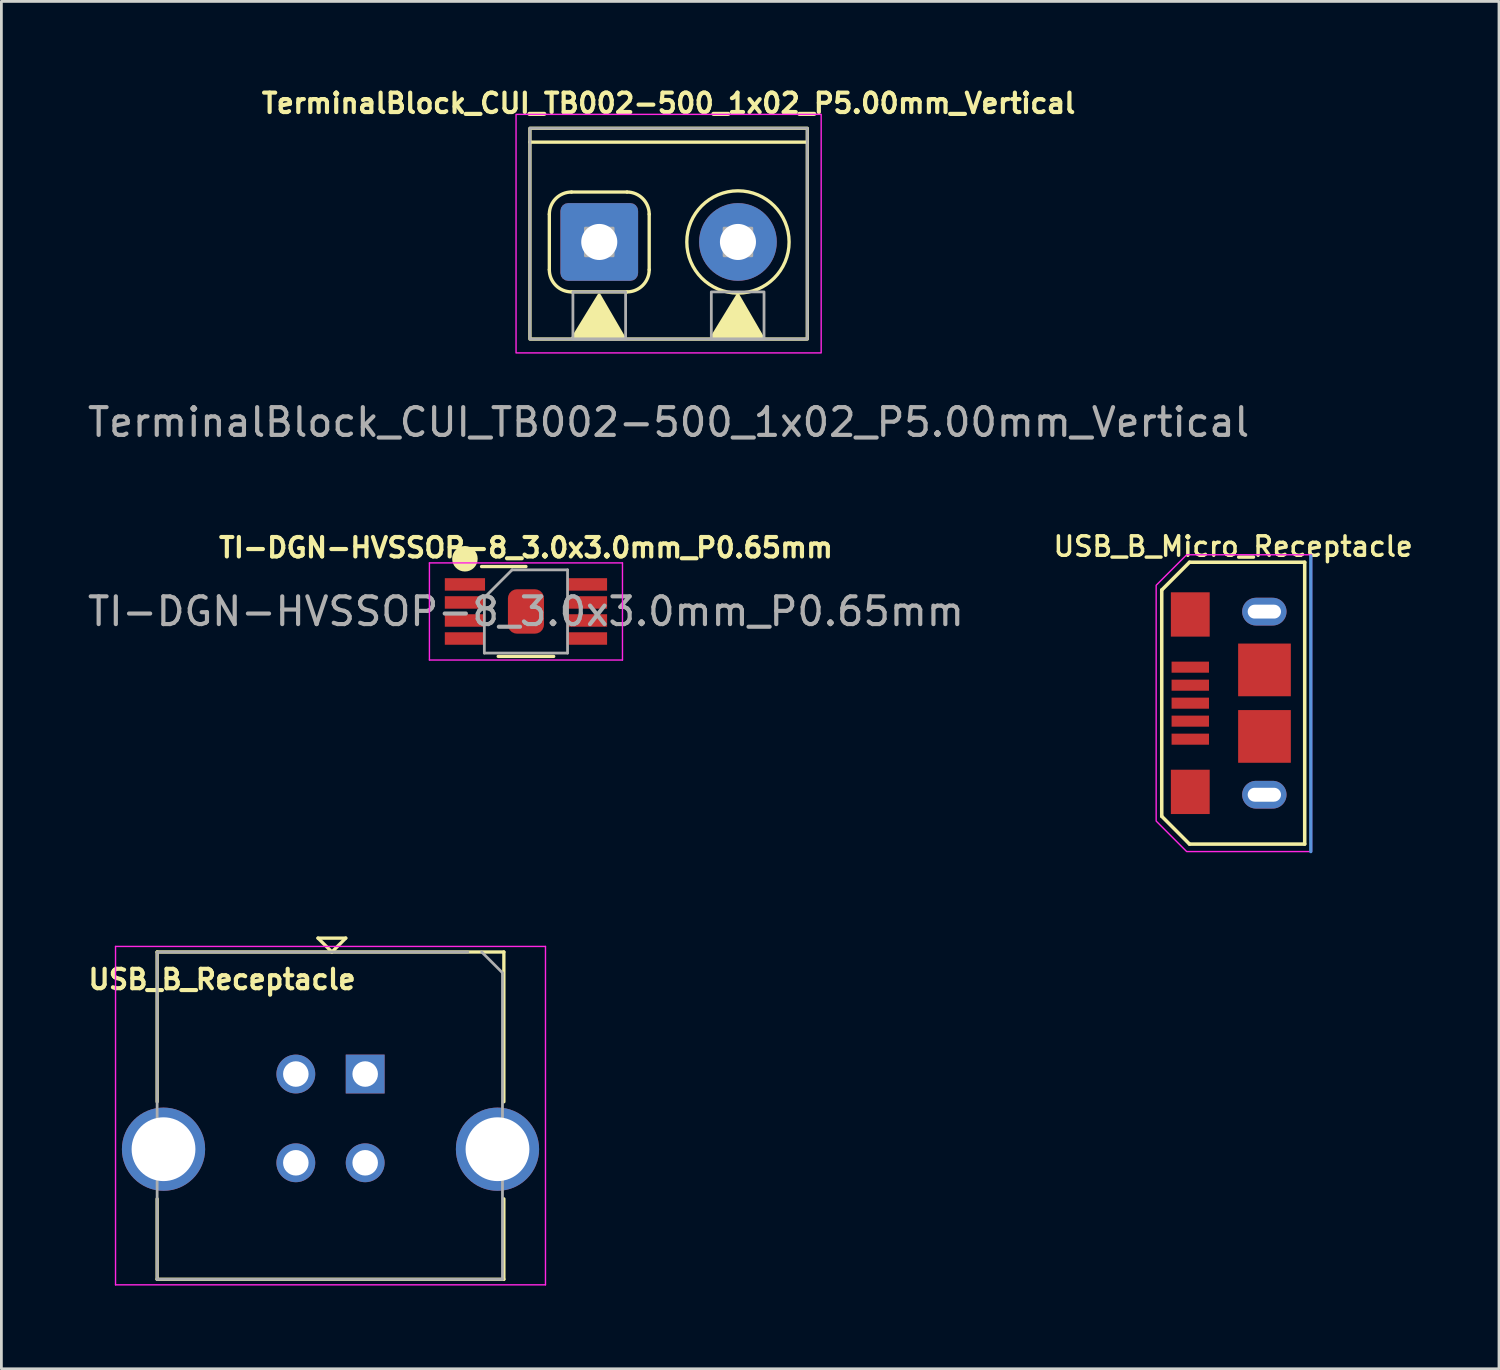
<source format=kicad_pcb>
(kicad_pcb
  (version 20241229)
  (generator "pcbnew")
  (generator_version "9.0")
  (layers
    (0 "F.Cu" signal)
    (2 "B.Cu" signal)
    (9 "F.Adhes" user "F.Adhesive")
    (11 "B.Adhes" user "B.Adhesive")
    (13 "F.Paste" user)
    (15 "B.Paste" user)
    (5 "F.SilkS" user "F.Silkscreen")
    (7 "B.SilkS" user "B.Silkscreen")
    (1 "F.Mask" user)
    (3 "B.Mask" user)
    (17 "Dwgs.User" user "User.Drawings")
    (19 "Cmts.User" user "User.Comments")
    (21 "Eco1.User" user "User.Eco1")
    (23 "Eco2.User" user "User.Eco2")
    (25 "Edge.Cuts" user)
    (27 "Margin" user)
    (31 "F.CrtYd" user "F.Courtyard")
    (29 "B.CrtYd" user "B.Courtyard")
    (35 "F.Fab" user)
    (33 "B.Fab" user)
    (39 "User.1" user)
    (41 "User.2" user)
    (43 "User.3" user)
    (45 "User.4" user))
  (footprint "USB_B_Receptacle"
    (layer "F.Cu")
    (at 10.115 35.67)
    (property "Reference" "USB_B_Receptacle" (at -5.16 -3.41 0) (layer "F.SilkS") (effects (font (size 0.7 0.7) (thickness 0.15))))
    (attr through_hole)
    (fp_line (start -7.5 -4.4) (end 5 -4.4) (stroke (width 0.12) (type solid)) (layer "F.SilkS"))
    (fp_line (start -7.5 1) (end -7.5 -4.4) (stroke (width 0.12) (type solid)) (layer "F.SilkS"))
    (fp_line (start -7.5 7.4) (end -7.5 4.5) (stroke (width 0.12) (type solid)) (layer "F.SilkS"))
    (fp_line (start -1.7 -4.9) (end -1.2 -4.4) (stroke (width 0.12) (type solid)) (layer "F.SilkS"))
    (fp_line (start -1.2 -4.4) (end -0.7 -4.9) (stroke (width 0.12) (type solid)) (layer "F.SilkS"))
    (fp_line (start -0.7 -4.9) (end -1.7 -4.9) (stroke (width 0.12) (type solid)) (layer "F.SilkS"))
    (fp_line (start 5 -4.4) (end 5 1) (stroke (width 0.12) (type solid)) (layer "F.SilkS"))
    (fp_line (start 5 4.5) (end 5 7.4) (stroke (width 0.12) (type solid)) (layer "F.SilkS"))
    (fp_line (start 5 7.4) (end -7.5 7.4) (stroke (width 0.12) (type solid)) (layer "F.SilkS"))
    (fp_line (start -9 -4.6) (end -9 7.6) (stroke (width 0.05) (type solid)) (layer "F.CrtYd"))
    (fp_line (start -9 -4.6) (end 6.5 -4.6) (stroke (width 0.05) (type solid)) (layer "F.CrtYd"))
    (fp_line (start 6.5 7.6) (end -9 7.6) (stroke (width 0.05) (type solid)) (layer "F.CrtYd"))
    (fp_line (start 6.5 7.6) (end 6.5 -4.6) (stroke (width 0.05) (type solid)) (layer "F.CrtYd"))
    (fp_line (start -7.5 7.4) (end -7.5 -4.4) (stroke (width 0.1) (type solid)) (layer "F.Fab"))
    (fp_line (start -7.45 -4.4) (end 3.7 -4.4) (stroke (width 0.1) (type solid)) (layer "F.Fab"))
    (fp_line (start 4.2 -4.4) (end 4.95 -3.65) (stroke (width 0.1) (type solid)) (layer "F.Fab"))
    (fp_line (start 4.95 -3.65) (end 4.95 7.4) (stroke (width 0.1) (type solid)) (layer "F.Fab"))
    (fp_line (start 4.95 7.4) (end -7.5 7.4) (stroke (width 0.1) (type solid)) (layer "F.Fab"))
    (pad "1" thru_hole rect (at 0 0) (size 1.4 1.4) (drill 0.92) (layers "*.Cu" "*.Mask"))
    (pad "2" thru_hole circle (at -2.5 0) (size 1.4 1.4) (drill 0.92) (layers "*.Cu" "*.Mask"))
    (pad "3" thru_hole circle (at -2.5 3.2) (size 1.4 1.4) (drill 0.92) (layers "*.Cu" "*.Mask"))
    (pad "4" thru_hole circle (at 0 3.2) (size 1.4 1.4) (drill 0.92) (layers "*.Cu" "*.Mask"))
    (pad "5" thru_hole circle (at -7.27 2.71) (size 3 3) (drill 2.3) (layers "*.Cu" "*.Mask"))
    (pad "5" thru_hole circle (at 4.77 2.71) (size 3 3) (drill 2.3) (layers "*.Cu" "*.Mask")))
  (footprint "TI-DGN-HVSSOP-8_3.0x3.0mm_P0.65mm"
    (layer "F.Cu")
    (at 15.911 18.994)
    (property "Reference" "TI-DGN-HVSSOP-8_3.0x3.0mm_P0.65mm" (at 0 -2.3 180) (layer "F.SilkS") (effects (font (size 0.7 0.7) (thickness 0.15))))
    (attr smd)
    (fp_line (start 0 -1.62) (end -1.6 -1.62) (stroke (width 0.12) (type solid)) (layer "F.SilkS"))
    (fp_line (start 1 1.62) (end -1 1.62) (stroke (width 0.12) (type solid)) (layer "F.SilkS"))
    (fp_circle (center -2.2 -1.9) (end -1.8 -1.9) (stroke (width 0.12) (type solid)) (fill yes) (layer "F.SilkS"))
    (fp_line (start -3.48 -1.75) (end 3.48 -1.75) (stroke (width 0.05) (type solid)) (layer "F.CrtYd"))
    (fp_line (start -3.48 1.75) (end -3.48 -1.75) (stroke (width 0.05) (type solid)) (layer "F.CrtYd"))
    (fp_line (start 3.48 -1.75) (end 3.48 1.75) (stroke (width 0.05) (type solid)) (layer "F.CrtYd"))
    (fp_line (start 3.48 1.75) (end -3.48 1.75) (stroke (width 0.05) (type solid)) (layer "F.CrtYd"))
    (fp_line (start -1.5 1.5) (end -1.5 -0.5) (stroke (width 0.1) (type solid)) (layer "F.Fab"))
    (fp_line (start -0.5 -1.5) (end -1.5 -0.5) (stroke (width 0.1) (type solid)) (layer "F.Fab"))
    (fp_line (start -0.5 -1.5) (end 1.5 -1.5) (stroke (width 0.1) (type solid)) (layer "F.Fab"))
    (fp_line (start 1.5 -1.5) (end 1.5 1.5) (stroke (width 0.1) (type solid)) (layer "F.Fab"))
    (fp_line (start 1.5 1.5) (end -1.5 1.5) (stroke (width 0.1) (type solid)) (layer "F.Fab"))
    (fp_text user "${REFERENCE}" (at 0 0 180) (layer "F.Fab") (effects (font (size 1 1) (thickness 0.15))))
    (pad "1" smd rect (at -2.2 -0.975 270) (size 0.45 1.45) (layers "F.Cu" "F.Mask" "F.Paste"))
    (pad "2" smd rect (at -2.2 -0.325 270) (size 0.45 1.45) (layers "F.Cu" "F.Mask" "F.Paste"))
    (pad "3" smd rect (at -2.2 0.325 270) (size 0.45 1.45) (layers "F.Cu" "F.Mask" "F.Paste"))
    (pad "4" smd rect (at -2.2 0.975 270) (size 0.45 1.45) (layers "F.Cu" "F.Mask" "F.Paste"))
    (pad "5" smd rect (at 2.2 0.975 270) (size 0.45 1.45) (layers "F.Cu" "F.Mask" "F.Paste"))
    (pad "6" smd rect (at 2.2 0.325 270) (size 0.45 1.45) (layers "F.Cu" "F.Mask" "F.Paste"))
    (pad "7" smd rect (at 2.2 -0.325 270) (size 0.45 1.45) (layers "F.Cu" "F.Mask" "F.Paste"))
    (pad "8" smd rect (at 2.2 -0.975 270) (size 0.45 1.45) (layers "F.Cu" "F.Mask" "F.Paste"))
    (pad "9" smd roundrect (at 0 0) (size 1.3 1.6) (layers "F.Cu" "F.Mask" "F.Paste") (roundrect_rratio 0.25)))
  (footprint "USB_B_Micro_Receptacle"
    (layer "F.Cu")
    (at 41.431 22.45)
    (property "Reference" "USB_B_Micro_Receptacle" (at -0.025 -5.8 180) (layer "F.SilkS") (effects (font (size 0.7 0.7) (thickness 0.125))))
    (attr smd)
    (fp_line (start -2.599 -4.229) (end -1.598 -5.23) (stroke (width 0.127) (type solid)) (layer "F.SilkS"))
    (fp_line (start -2.599 3.929) (end -2.599 -4.229) (stroke (width 0.127) (type solid)) (layer "F.SilkS"))
    (fp_line (start -1.598 -5.23) (end 2.555 -5.23) (stroke (width 0.127) (type solid)) (layer "F.SilkS"))
    (fp_line (start -1.598 4.93) (end -2.599 3.929) (stroke (width 0.127) (type solid)) (layer "F.SilkS"))
    (fp_line (start 0.749 3.398) (end 1.448 3.398) (stroke (width 0.008) (type solid)) (layer "F.SilkS"))
    (fp_line (start 2.555 4.93) (end -1.598 4.93) (stroke (width 0.127) (type solid)) (layer "F.SilkS"))
    (fp_line (start 2.555 4.93) (end 2.555 -5.23) (stroke (width 0.127) (type solid)) (layer "F.SilkS"))
    (fp_line (start 2.775 -5.45) (end 2.775 5.2) (stroke (width 0.12) (type solid)) (layer "Cmts.User"))
    (fp_poly (pts (xy -1.7 5.2) (xy -2.8 4.1) (xy -2.8 -4.4) (xy -1.7 -5.5) (xy 2.8 -5.5) (xy 2.8 5.2)) (stroke (width 0.05) (type solid)) (fill no) (layer "F.CrtYd"))
    (pad "1" smd rect (at -1.57 1.148 270) (size 0.399 1.349) (layers "F.Cu" "F.Mask" "F.Paste"))
    (pad "2" smd rect (at -1.57 0.498 270) (size 0.399 1.349) (layers "F.Cu" "F.Mask" "F.Paste"))
    (pad "3" smd rect (at -1.57 -0.15 270) (size 0.399 1.349) (layers "F.Cu" "F.Mask" "F.Paste"))
    (pad "4" smd rect (at -1.57 -0.798 270) (size 0.399 1.349) (layers "F.Cu" "F.Mask" "F.Paste"))
    (pad "5" smd rect (at -1.57 -1.448 270) (size 0.399 1.349) (layers "F.Cu" "F.Mask" "F.Paste"))
    (pad "S1" thru_hole oval (at 1.1 3.15 90) (size 1 1.6) (drill oval 0.5 1.2) (layers "*.Cu" "*.Mask" "F.Paste"))
    (pad "S2" thru_hole oval (at 1.1 -3.45 90) (size 1 1.6) (drill oval 0.5 1.2) (layers "*.Cu" "*.Mask" "F.Paste"))
    (pad "S3" smd rect (at -1.57 3.048 180) (size 1.4 1.598) (layers "F.Cu" "F.Mask" "F.Paste"))
    (pad "S4" smd rect (at -1.57 -3.348 180) (size 1.4 1.598) (layers "F.Cu" "F.Mask" "F.Paste"))
    (pad "S5" smd rect (at 1.105 1.049 90) (size 1.9 1.9) (layers "F.Cu" "F.Mask" "F.Paste"))
    (pad "S6" smd rect (at 1.105 -1.349 90) (size 1.9 1.9) (layers "F.Cu" "F.Mask" "F.Paste")))
  (footprint "TerminalBlock_CUI_TB002-500_1x02_P5.00mm_Vertical"
    (layer "F.Cu")
    (at 18.554 5.673)
    (property "Reference" "TerminalBlock_CUI_TB002-500_1x02_P5.00mm_Vertical" (at 2.5 -5 0) (unlocked yes) (layer "F.SilkS") (effects (font (size 0.7 0.7) (thickness 0.15))))
    (attr through_hole)
    (fp_line (start -2.5 -3.6) (end 7.5 -3.6) (stroke (width 0.12) (type solid)) (layer "F.SilkS"))
    (fp_line (start -1.8 -1) (end -1.8 1) (stroke (width 0.12) (type solid)) (layer "F.SilkS"))
    (fp_line (start -1 -1.8) (end 1 -1.8) (stroke (width 0.12) (type solid)) (layer "F.SilkS"))
    (fp_line (start -1 1.8) (end 1 1.8) (stroke (width 0.12) (type solid)) (layer "F.SilkS"))
    (fp_line (start 1.8 -1) (end 1.8 1) (stroke (width 0.12) (type solid)) (layer "F.SilkS"))
    (fp_rect (start -2.5 -4.1) (end 7.5 3.5) (stroke (width 0.12) (type solid)) (fill no) (layer "F.SilkS"))
    (fp_arc (start -1.8 -1) (mid -1.565685 -1.565685) (end -1 -1.8) (stroke (width 0.12) (type solid)) (layer "F.SilkS"))
    (fp_arc (start -1 1.8) (mid -1.565685 1.565685) (end -1.8 1) (stroke (width 0.12) (type solid)) (layer "F.SilkS"))
    (fp_arc (start 1 -1.8) (mid 1.565685 -1.565685) (end 1.8 -1) (stroke (width 0.12) (type solid)) (layer "F.SilkS"))
    (fp_arc (start 1.8 1) (mid 1.565685 1.565685) (end 1 1.8) (stroke (width 0.12) (type solid)) (layer "F.SilkS"))
    (fp_circle (center 5 0) (end 6.4 1.2) (stroke (width 0.12) (type solid)) (fill no) (layer "F.SilkS"))
    (fp_poly (pts (xy 0.896 3.468) (xy -0.954 3.468) (xy -0.004 1.918)) (stroke (width 0.12) (type solid)) (fill yes) (layer "F.SilkS"))
    (fp_poly (pts (xy 5.896 3.468) (xy 4.046 3.468) (xy 4.996 1.918)) (stroke (width 0.12) (type solid)) (fill yes) (layer "F.SilkS"))
    (fp_rect (start -3 -4.6) (end 8 4) (stroke (width 0.05) (type solid)) (fill no) (layer "F.CrtYd"))
    (fp_rect (start -2.5 -4.1) (end 7.5 3.5) (stroke (width 0.1) (type solid)) (fill no) (layer "F.Fab"))
    (fp_rect (start -0.95 3.5) (end 0.95 1.8) (stroke (width 0.1) (type solid)) (fill no) (layer "F.Fab"))
    (fp_rect (start -0.5 -0.5) (end 0.5 0.5) (stroke (width 0.1) (type solid)) (fill no) (layer "F.Fab"))
    (fp_rect (start 4.04 1.8) (end 5.94 3.5) (stroke (width 0.1) (type solid)) (fill no) (layer "F.Fab"))
    (fp_rect (start 4.5 -0.5) (end 5.5 0.5) (stroke (width 0.1) (type solid)) (fill no) (layer "F.Fab"))
    (fp_text user "${REFERENCE}" (at 2.5 6.5 0) (unlocked yes) (layer "F.Fab") (effects (font (size 1 1) (thickness 0.15))))
    (pad "1" thru_hole roundrect (at 0 0) (size 2.8 2.8) (drill 1.3) (layers "*.Cu" "*.Mask") (roundrect_rratio 0.1))
    (pad "2" thru_hole circle (at 5 0) (size 2.8 2.8) (drill 1.3) (layers "*.Cu" "*.Mask")))
  (gr_rect
    (start -3 -3)
    (end 50.99 46.295)
    (stroke (width 0.1) (type default))
    (fill no)
    (layer "Edge.Cuts")))
</source>
